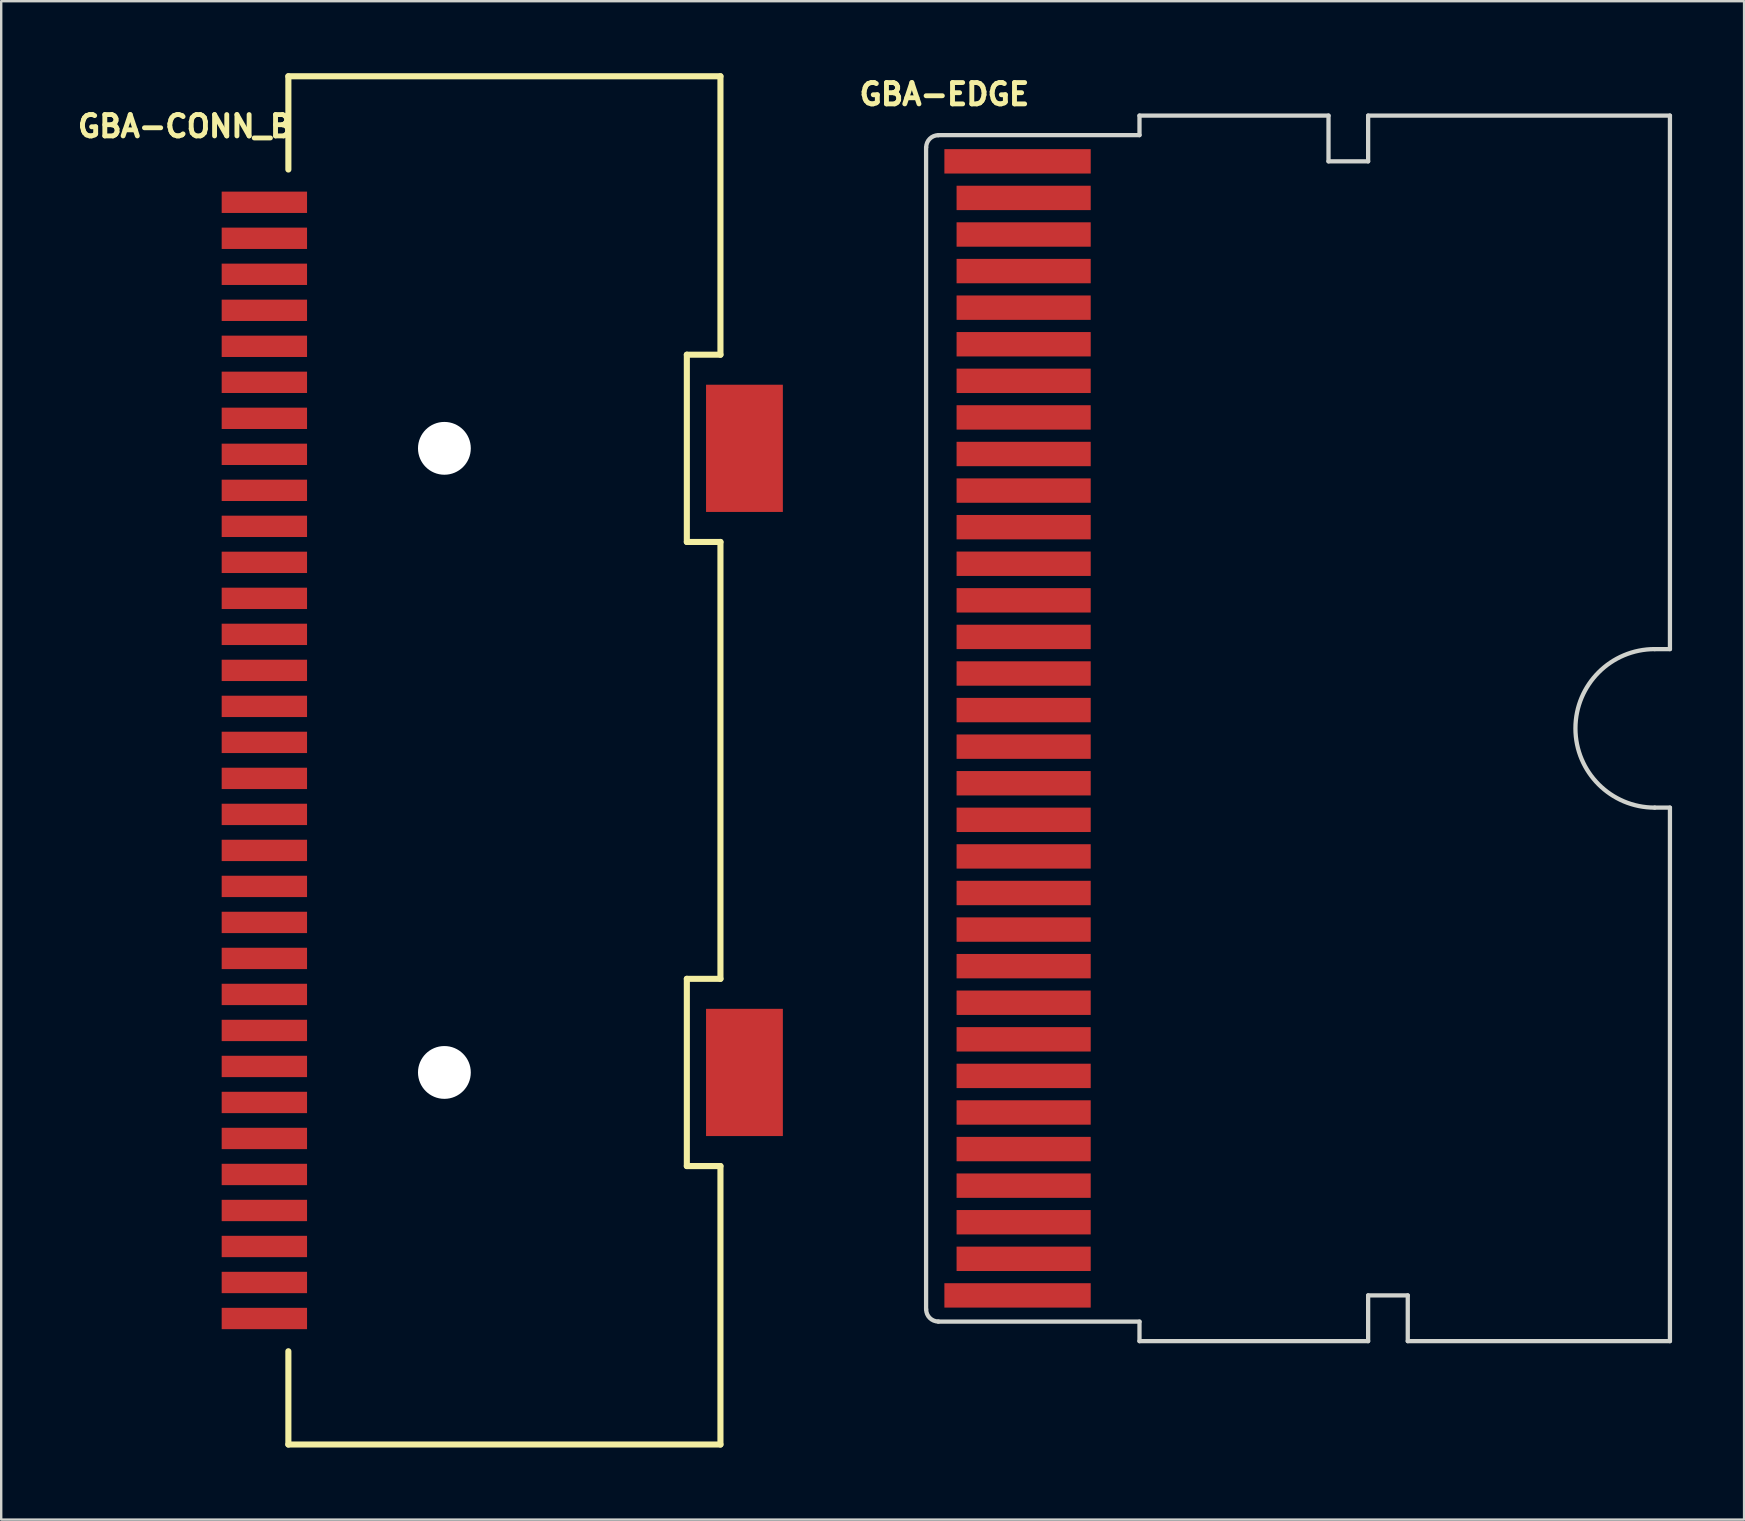
<source format=kicad_pcb>
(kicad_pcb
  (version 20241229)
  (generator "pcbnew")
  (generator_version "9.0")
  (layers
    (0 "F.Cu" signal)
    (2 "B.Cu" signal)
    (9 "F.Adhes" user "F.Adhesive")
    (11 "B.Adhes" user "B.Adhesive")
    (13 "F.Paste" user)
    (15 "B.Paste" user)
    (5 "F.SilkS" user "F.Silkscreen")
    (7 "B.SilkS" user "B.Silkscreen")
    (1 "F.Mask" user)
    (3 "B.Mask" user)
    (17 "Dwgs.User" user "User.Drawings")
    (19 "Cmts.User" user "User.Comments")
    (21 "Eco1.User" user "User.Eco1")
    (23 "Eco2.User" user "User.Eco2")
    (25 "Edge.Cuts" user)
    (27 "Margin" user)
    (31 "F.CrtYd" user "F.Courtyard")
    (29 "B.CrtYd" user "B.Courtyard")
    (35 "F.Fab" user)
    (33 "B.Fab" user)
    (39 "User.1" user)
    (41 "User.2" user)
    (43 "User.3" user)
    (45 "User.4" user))
  (footprint "GBA-EDGE"
    (layer "F.Cu")
    (at 39.594 3.671)
    (property "Reference" "GBA-EDGE" (at -3.302 -2.794 0) (layer "F.SilkS") (effects (font (size 0.889 0.889) (thickness 0.203))))
    (attr through_hole)
    (fp_rect (start -4.064 -1.143) (end 1.778 48.387) (stroke (width 0.12) (type solid)) (fill yes) (layer "F.Mask"))
    (fp_line (start -4.064 -0.581) (end -4.064 47.825) (stroke (width 0.178) (type default)) (layer "Edge.Cuts"))
    (fp_line (start -3.556 -1.092) (end 4.826 -1.092) (stroke (width 0.178) (type default)) (layer "Edge.Cuts"))
    (fp_line (start -3.556 48.336) (end 4.826 48.336) (stroke (width 0.178) (type default)) (layer "Edge.Cuts"))
    (fp_line (start 4.826 -1.905) (end 12.7 -1.905) (stroke (width 0.178) (type default)) (layer "Edge.Cuts"))
    (fp_line (start 4.826 -1.092) (end 4.826 -1.905) (stroke (width 0.178) (type default)) (layer "Edge.Cuts"))
    (fp_line (start 4.826 49.149) (end 4.826 48.336) (stroke (width 0.178) (type default)) (layer "Edge.Cuts"))
    (fp_line (start 4.826 49.149) (end 14.351 49.149) (stroke (width 0.178) (type default)) (layer "Edge.Cuts"))
    (fp_line (start 12.7 -1.905) (end 12.7 0) (stroke (width 0.178) (type default)) (layer "Edge.Cuts"))
    (fp_line (start 12.7 0) (end 14.351 0) (stroke (width 0.178) (type default)) (layer "Edge.Cuts"))
    (fp_line (start 14.351 -1.905) (end 14.351 0) (stroke (width 0.178) (type default)) (layer "Edge.Cuts"))
    (fp_line (start 14.351 -1.905) (end 26.924 -1.905) (stroke (width 0.178) (type default)) (layer "Edge.Cuts"))
    (fp_line (start 14.351 49.149) (end 14.351 47.244) (stroke (width 0.178) (type default)) (layer "Edge.Cuts"))
    (fp_line (start 16.002 47.244) (end 14.351 47.244) (stroke (width 0.178) (type default)) (layer "Edge.Cuts"))
    (fp_line (start 16.002 49.149) (end 16.002 47.244) (stroke (width 0.178) (type default)) (layer "Edge.Cuts"))
    (fp_line (start 16.002 49.149) (end 26.924 49.149) (stroke (width 0.178) (type default)) (layer "Edge.Cuts"))
    (fp_line (start 26.924 -1.905) (end 26.924 20.32) (stroke (width 0.178) (type default)) (layer "Edge.Cuts"))
    (fp_line (start 26.924 20.32) (end 26.289 20.32) (stroke (width 0.178) (type default)) (layer "Edge.Cuts"))
    (fp_line (start 26.924 26.924) (end 26.289 26.924) (stroke (width 0.178) (type default)) (layer "Edge.Cuts"))
    (fp_line (start 26.924 26.924) (end 26.924 49.149) (stroke (width 0.178) (type default)) (layer "Edge.Cuts"))
    (fp_arc (start -4.060389 -0.580589) (mid -3.9116 -0.9398) (end -3.552389 -1.088589) (stroke (width 0.1778) (type default)) (layer "Edge.Cuts"))
    (fp_arc (start -3.552389 48.332589) (mid -3.9116 48.1838) (end -4.060389 47.824589) (stroke (width 0.1778) (type default)) (layer "Edge.Cuts"))
    (fp_arc (start 26.289 26.924) (mid 22.987 23.622) (end 26.289 20.32) (stroke (width 0.1778) (type default)) (layer "Edge.Cuts"))
    (pad "1" smd rect (at -0.254 0) (size 6.096 1.016) (layers "F.Cu" "F.Paste"))
    (pad "2" smd rect (at 0 1.524) (size 5.588 1.016) (layers "F.Cu" "F.Paste"))
    (pad "3" smd rect (at 0 3.048) (size 5.588 1.016) (layers "F.Cu" "F.Paste"))
    (pad "4" smd rect (at 0 4.572) (size 5.588 1.016) (layers "F.Cu" "F.Paste"))
    (pad "5" smd rect (at 0 6.096) (size 5.588 1.016) (layers "F.Cu" "F.Paste"))
    (pad "6" smd rect (at 0 7.62) (size 5.588 1.016) (layers "F.Cu" "F.Paste"))
    (pad "7" smd rect (at 0 9.144) (size 5.588 1.016) (layers "F.Cu" "F.Paste"))
    (pad "8" smd rect (at 0 10.668) (size 5.588 1.016) (layers "F.Cu" "F.Paste"))
    (pad "9" smd rect (at 0 12.192) (size 5.588 1.016) (layers "F.Cu" "F.Paste"))
    (pad "10" smd rect (at 0 13.716) (size 5.588 1.016) (layers "F.Cu" "F.Paste"))
    (pad "11" smd rect (at 0 15.24) (size 5.588 1.016) (layers "F.Cu" "F.Paste"))
    (pad "12" smd rect (at 0 16.764) (size 5.588 1.016) (layers "F.Cu" "F.Paste"))
    (pad "13" smd rect (at 0 18.288) (size 5.588 1.016) (layers "F.Cu" "F.Paste"))
    (pad "14" smd rect (at 0 19.812) (size 5.588 1.016) (layers "F.Cu" "F.Paste"))
    (pad "15" smd rect (at 0 21.336) (size 5.588 1.016) (layers "F.Cu" "F.Paste"))
    (pad "16" smd rect (at 0 22.86) (size 5.588 1.016) (layers "F.Cu" "F.Paste"))
    (pad "17" smd rect (at 0 24.384) (size 5.588 1.016) (layers "F.Cu" "F.Paste"))
    (pad "18" smd rect (at 0 25.908) (size 5.588 1.016) (layers "F.Cu" "F.Paste"))
    (pad "19" smd rect (at 0 27.432) (size 5.588 1.016) (layers "F.Cu" "F.Paste"))
    (pad "20" smd rect (at 0 28.956) (size 5.588 1.016) (layers "F.Cu" "F.Paste"))
    (pad "21" smd rect (at 0 30.48) (size 5.588 1.016) (layers "F.Cu" "F.Paste"))
    (pad "22" smd rect (at 0 32.004) (size 5.588 1.016) (layers "F.Cu" "F.Paste"))
    (pad "23" smd rect (at 0 33.528) (size 5.588 1.016) (layers "F.Cu" "F.Paste"))
    (pad "24" smd rect (at 0 35.052) (size 5.588 1.016) (layers "F.Cu" "F.Paste"))
    (pad "25" smd rect (at 0 36.576) (size 5.588 1.016) (layers "F.Cu" "F.Paste"))
    (pad "26" smd rect (at 0 38.1) (size 5.588 1.016) (layers "F.Cu" "F.Paste"))
    (pad "27" smd rect (at 0 39.624) (size 5.588 1.016) (layers "F.Cu" "F.Paste"))
    (pad "28" smd rect (at 0 41.148) (size 5.588 1.016) (layers "F.Cu" "F.Paste"))
    (pad "29" smd rect (at 0 42.672) (size 5.588 1.016) (layers "F.Cu" "F.Paste"))
    (pad "30" smd rect (at 0 44.196) (size 5.588 1.016) (layers "F.Cu" "F.Paste"))
    (pad "31" smd rect (at 0 45.72) (size 5.588 1.016) (layers "F.Cu" "F.Paste"))
    (pad "32" smd rect (at -0.254 47.244) (size 6.096 1.016) (layers "F.Cu" "F.Paste"))
    (zone (net_name "") (layer "F.Cu") (name "gold fingers") (hatch edge 0.5) (connect_pads) (min_thickness 0.25) (filled_areas_thickness no) (keepout (tracks allowed) (vias allowed) (pads allowed) (copperpour allowed) (footprints not_allowed)) (placement (enabled no)) (fill) (polygon (pts (xy 45.309 1.766) (xy 45.309 52.82) (xy 35.53 52.82) (xy 35.53 1.766))))
    (zone (net_name "") (layer "F.Cu") (name "board edge") (hatch edge 0.5) (connect_pads) (min_thickness 0.25) (filled_areas_thickness no) (keepout (tracks not_allowed) (vias not_allowed) (pads not_allowed) (copperpour not_allowed) (footprints not_allowed)) (placement (enabled no)) (fill) (polygon (pts (xy 66.518 1.766) (xy 66.518 52.82) (xy 45.309 52.82) (xy 45.309 52.439) (xy 53.564 52.439) (xy 53.564 50.534) (xy 55.977 50.534) (xy 55.977 52.439) (xy 66.137 52.439) (xy 66.137 2.147) (xy 54.326 2.147) (xy 54.326 4.052) (xy 51.913 4.052) (xy 51.913 2.147) (xy 45.309 2.147) (xy 45.309 1.766)))))
  (footprint "GBA-CONN_B"
    (layer "F.Cu")
    (at 7.963 5.377)
    (property "Reference" "GBA-CONN_B" (at -3.302 -3.166 0) (layer "F.SilkS") (effects (font (size 0.889 0.889) (thickness 0.203))))
    (attr through_hole)
    (fp_line (start 1 -1.365) (end 1 -5.25) (stroke (width 0.254) (type solid)) (layer "F.SilkS"))
    (fp_line (start 1 51.75) (end 1 47.865) (stroke (width 0.254) (type solid)) (layer "F.SilkS"))
    (fp_line (start 17.6 14.15) (end 17.6 6.35) (stroke (width 0.254) (type default)) (layer "F.SilkS"))
    (fp_line (start 17.6 40.15) (end 17.6 32.35) (stroke (width 0.254) (type default)) (layer "F.SilkS"))
    (fp_line (start 19 -5.25) (end 1 -5.25) (stroke (width 0.254) (type default)) (layer "F.SilkS"))
    (fp_line (start 19 -5.25) (end 19 6.35) (stroke (width 0.254) (type default)) (layer "F.SilkS"))
    (fp_line (start 19 6.35) (end 17.6 6.35) (stroke (width 0.254) (type default)) (layer "F.SilkS"))
    (fp_line (start 19 14.15) (end 17.6 14.15) (stroke (width 0.254) (type default)) (layer "F.SilkS"))
    (fp_line (start 19 14.15) (end 19 32.35) (stroke (width 0.254) (type default)) (layer "F.SilkS"))
    (fp_line (start 19 32.35) (end 17.6 32.35) (stroke (width 0.254) (type default)) (layer "F.SilkS"))
    (fp_line (start 19 40.15) (end 17.6 40.15) (stroke (width 0.254) (type default)) (layer "F.SilkS"))
    (fp_line (start 19 40.15) (end 19 51.75) (stroke (width 0.254) (type default)) (layer "F.SilkS"))
    (fp_line (start 19 51.75) (end 1 51.75) (stroke (width 0.254) (type default)) (layer "F.SilkS"))
    (pad "" np_thru_hole circle (at 7.5 10.25) (size 2.2 2.2) (drill 2.2) (layers "*.Cu" "*.Mask"))
    (pad "" np_thru_hole circle (at 7.5 36.25) (size 2.2 2.2) (drill 2.2) (layers "*.Cu" "*.Mask"))
    (pad "1" smd rect (at 0 0) (size 3.556 0.889) (layers "F.Cu" "F.Mask" "F.Paste"))
    (pad "2" smd rect (at 0 1.5) (size 3.556 0.889) (layers "F.Cu" "F.Mask" "F.Paste"))
    (pad "3" smd rect (at 0 3) (size 3.556 0.889) (layers "F.Cu" "F.Mask" "F.Paste"))
    (pad "4" smd rect (at 0 4.5) (size 3.556 0.889) (layers "F.Cu" "F.Mask" "F.Paste"))
    (pad "5" smd rect (at 0 6) (size 3.556 0.889) (layers "F.Cu" "F.Mask" "F.Paste"))
    (pad "6" smd rect (at 0 7.5) (size 3.556 0.889) (layers "F.Cu" "F.Mask" "F.Paste"))
    (pad "7" smd rect (at 0 9) (size 3.556 0.889) (layers "F.Cu" "F.Mask" "F.Paste"))
    (pad "8" smd rect (at 0 10.5) (size 3.556 0.889) (layers "F.Cu" "F.Mask" "F.Paste"))
    (pad "9" smd rect (at 0 12) (size 3.556 0.889) (layers "F.Cu" "F.Mask" "F.Paste"))
    (pad "10" smd rect (at 0 13.5) (size 3.556 0.889) (layers "F.Cu" "F.Mask" "F.Paste"))
    (pad "11" smd rect (at 0 15) (size 3.556 0.889) (layers "F.Cu" "F.Mask" "F.Paste"))
    (pad "12" smd rect (at 0 16.5) (size 3.556 0.889) (layers "F.Cu" "F.Mask" "F.Paste"))
    (pad "13" smd rect (at 0 18) (size 3.556 0.889) (layers "F.Cu" "F.Mask" "F.Paste"))
    (pad "14" smd rect (at 0 19.5) (size 3.556 0.889) (layers "F.Cu" "F.Mask" "F.Paste"))
    (pad "15" smd rect (at 0 21) (size 3.556 0.889) (layers "F.Cu" "F.Mask" "F.Paste"))
    (pad "16" smd rect (at 0 22.5) (size 3.556 0.889) (layers "F.Cu" "F.Mask" "F.Paste"))
    (pad "17" smd rect (at 0 24) (size 3.556 0.889) (layers "F.Cu" "F.Mask" "F.Paste"))
    (pad "18" smd rect (at 0 25.5) (size 3.556 0.889) (layers "F.Cu" "F.Mask" "F.Paste"))
    (pad "19" smd rect (at 0 27) (size 3.556 0.889) (layers "F.Cu" "F.Mask" "F.Paste"))
    (pad "20" smd rect (at 0 28.5) (size 3.556 0.889) (layers "F.Cu" "F.Mask" "F.Paste"))
    (pad "21" smd rect (at 0 30) (size 3.556 0.889) (layers "F.Cu" "F.Mask" "F.Paste"))
    (pad "22" smd rect (at 0 31.5) (size 3.556 0.889) (layers "F.Cu" "F.Mask" "F.Paste"))
    (pad "23" smd rect (at 0 33) (size 3.556 0.889) (layers "F.Cu" "F.Mask" "F.Paste"))
    (pad "24" smd rect (at 0 34.5) (size 3.556 0.889) (layers "F.Cu" "F.Mask" "F.Paste"))
    (pad "25" smd rect (at 0 36) (size 3.556 0.889) (layers "F.Cu" "F.Mask" "F.Paste"))
    (pad "26" smd rect (at 0 37.5) (size 3.556 0.889) (layers "F.Cu" "F.Mask" "F.Paste"))
    (pad "27" smd rect (at 0 39) (size 3.556 0.889) (layers "F.Cu" "F.Mask" "F.Paste"))
    (pad "28" smd rect (at 0 40.5) (size 3.556 0.889) (layers "F.Cu" "F.Mask" "F.Paste"))
    (pad "29" smd rect (at 0 42) (size 3.556 0.889) (layers "F.Cu" "F.Mask" "F.Paste"))
    (pad "30" smd rect (at 0 43.5) (size 3.556 0.889) (layers "F.Cu" "F.Mask" "F.Paste"))
    (pad "31" smd rect (at 0 45) (size 3.556 0.889) (layers "F.Cu" "F.Mask" "F.Paste"))
    (pad "32" smd rect (at 0 46.5) (size 3.556 0.889) (layers "F.Cu" "F.Mask" "F.Paste"))
    (pad "33" smd rect (at 20 10.25) (size 3.2 5.3) (layers "F.Cu" "F.Mask" "F.Paste"))
    (pad "33" smd rect (at 20 36.25) (size 3.2 5.3) (layers "F.Cu" "F.Mask" "F.Paste")))
  (gr_rect
    (start -3 -3)
    (end 69.607 60.254)
    (stroke (width 0.1) (type default))
    (fill no)
    (layer "Edge.Cuts")))
</source>
